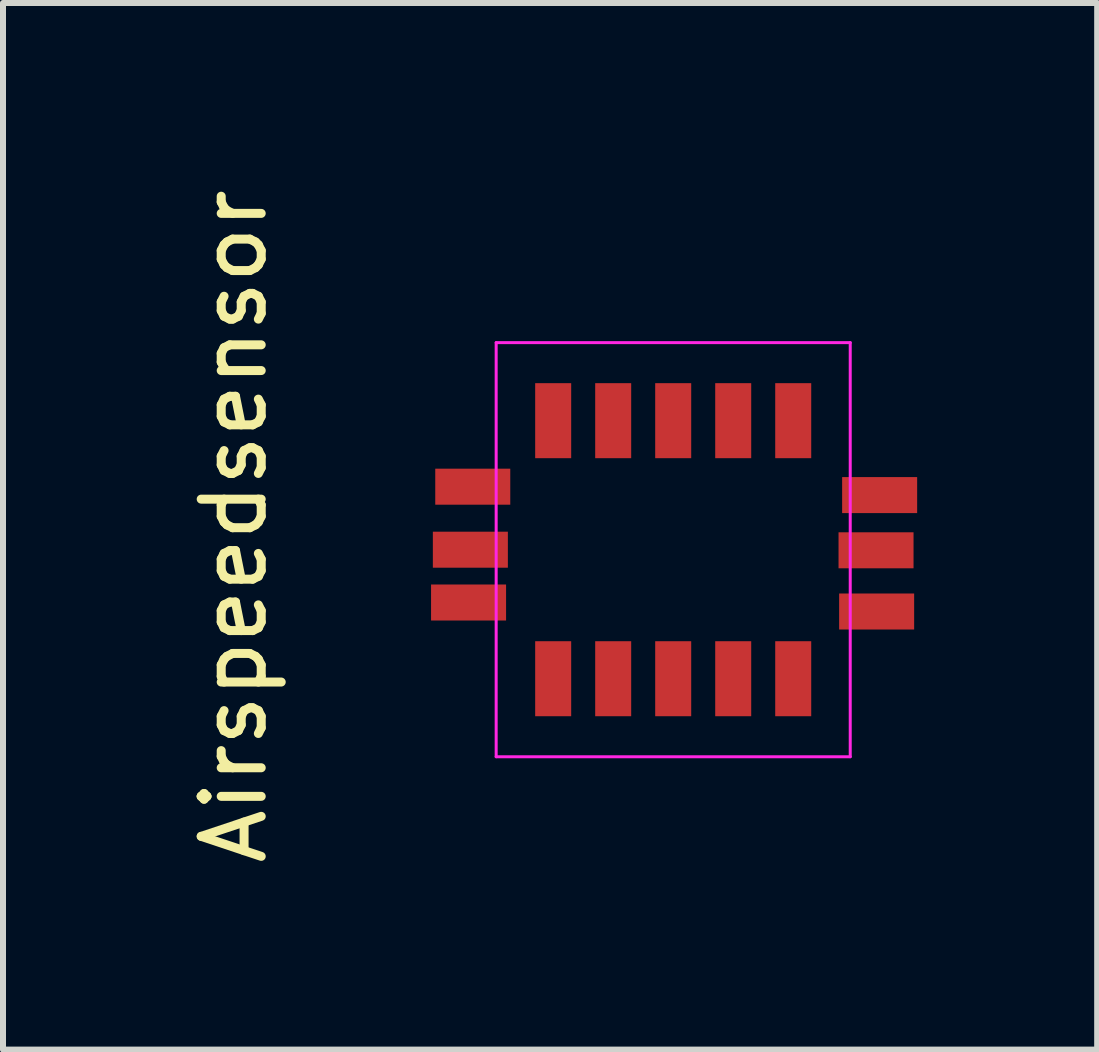
<source format=kicad_pcb>
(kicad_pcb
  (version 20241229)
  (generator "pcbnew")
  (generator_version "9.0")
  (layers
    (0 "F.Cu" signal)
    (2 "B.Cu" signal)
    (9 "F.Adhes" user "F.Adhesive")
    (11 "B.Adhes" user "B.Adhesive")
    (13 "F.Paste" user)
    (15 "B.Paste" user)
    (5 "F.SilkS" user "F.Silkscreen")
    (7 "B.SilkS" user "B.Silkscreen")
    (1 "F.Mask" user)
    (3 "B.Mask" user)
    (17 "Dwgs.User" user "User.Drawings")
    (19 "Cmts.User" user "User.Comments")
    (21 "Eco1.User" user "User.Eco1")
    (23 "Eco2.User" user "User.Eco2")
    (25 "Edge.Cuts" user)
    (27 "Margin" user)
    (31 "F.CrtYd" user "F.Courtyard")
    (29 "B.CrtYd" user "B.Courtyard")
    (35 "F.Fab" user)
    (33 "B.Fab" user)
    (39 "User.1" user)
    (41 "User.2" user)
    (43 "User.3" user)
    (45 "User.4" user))
  (footprint "Airspeedsensor"
    (layer "F.Cu")
    (at 8.168 6.11)
    (property "Reference" "Airspeedsensor" (at -7.32 -0.39 90) (layer "F.SilkS") (effects (font (size 1 1) (thickness 0.15))))
    (attr smd)
    (fp_line (start -2.95 -3.45) (end 2.95 -3.45) (stroke (width 0.05) (type solid)) (layer "F.CrtYd"))
    (fp_line (start -2.95 3.45) (end -2.95 -3.45) (stroke (width 0.05) (type solid)) (layer "F.CrtYd"))
    (fp_line (start 2.95 -3.45) (end 2.95 3.45) (stroke (width 0.05) (type solid)) (layer "F.CrtYd"))
    (fp_line (start 2.95 3.45) (end -2.95 3.45) (stroke (width 0.05) (type solid)) (layer "F.CrtYd"))
    (pad "1" smd rect (at -2 2.15) (size 0.6 1.25) (layers "F.Cu" "F.Mask" "F.Paste"))
    (pad "2" smd rect (at -1 2.15) (size 0.6 1.25) (layers "F.Cu" "F.Mask" "F.Paste"))
    (pad "3" smd rect (at 0 2.15) (size 0.6 1.25) (layers "F.Cu" "F.Mask" "F.Paste"))
    (pad "4" smd rect (at 1 2.15) (size 0.6 1.25) (layers "F.Cu" "F.Mask" "F.Paste"))
    (pad "5" smd rect (at 2 2.15) (size 0.6 1.25) (layers "F.Cu" "F.Mask" "F.Paste"))
    (pad "6" smd rect (at 2 -2.15) (size 0.6 1.25) (layers "F.Cu" "F.Mask" "F.Paste"))
    (pad "7" smd rect (at 1 -2.15) (size 0.6 1.25) (layers "F.Cu" "F.Mask" "F.Paste"))
    (pad "8" smd rect (at 0 -2.15) (size 0.6 1.25) (layers "F.Cu" "F.Mask" "F.Paste"))
    (pad "9" smd rect (at -1 -2.15) (size 0.6 1.25) (layers "F.Cu" "F.Mask" "F.Paste"))
    (pad "10" smd rect (at -2 -2.15) (size 0.6 1.25) (layers "F.Cu" "F.Mask" "F.Paste"))
    (pad "11" smd rect (at -3.41 0.88) (size 1.25 0.6) (layers "F.Cu" "F.Mask" "F.Paste"))
    (pad "11" smd rect (at -3.38 0) (size 1.25 0.6) (layers "F.Cu" "F.Mask" "F.Paste"))
    (pad "11" smd rect (at -3.34 -1.05) (size 1.25 0.6) (layers "F.Cu" "F.Mask" "F.Paste"))
    (pad "11" smd rect (at 3.38 0.01) (size 1.25 0.6) (layers "F.Cu" "F.Mask" "F.Paste"))
    (pad "11" smd rect (at 3.39 1.03) (size 1.25 0.6) (layers "F.Cu" "F.Mask" "F.Paste"))
    (pad "11" smd rect (at 3.44 -0.91) (size 1.25 0.6) (layers "F.Cu" "F.Mask" "F.Paste")))
  (gr_rect
    (start -3 -3)
    (end 15.233 14.44)
    (stroke (width 0.1) (type default))
    (fill no)
    (layer "Edge.Cuts")))
</source>
